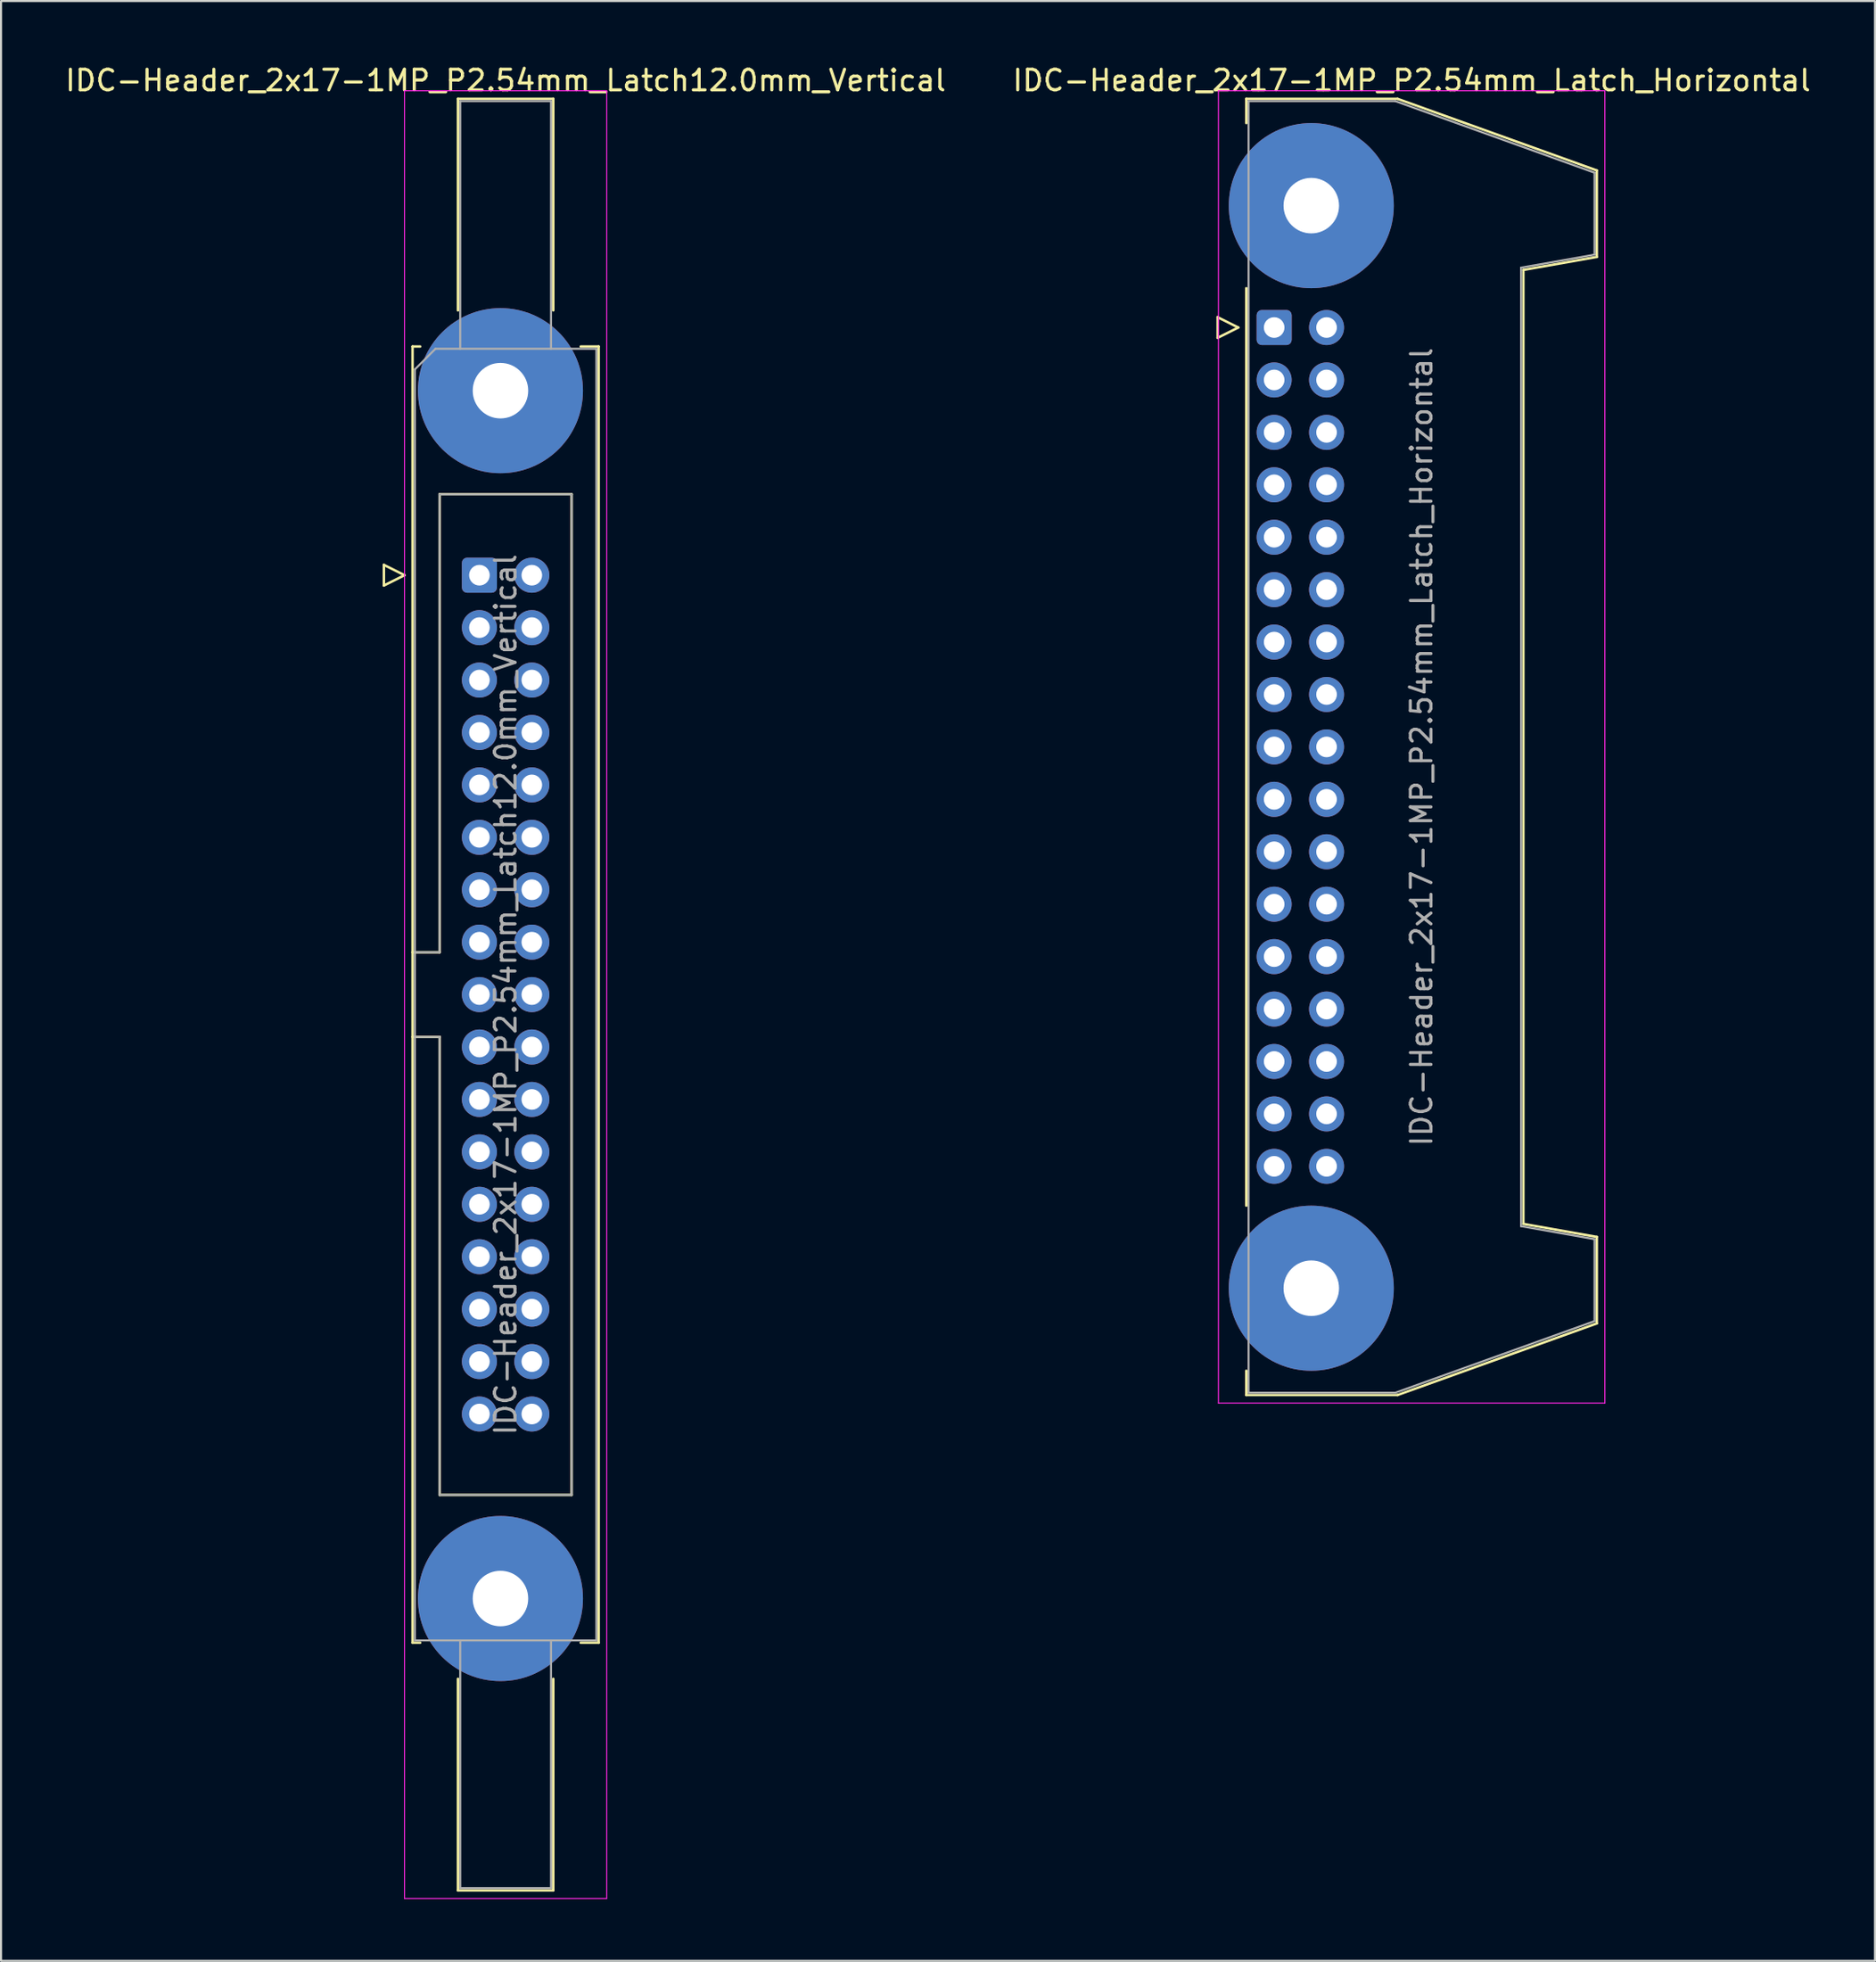
<source format=kicad_pcb>
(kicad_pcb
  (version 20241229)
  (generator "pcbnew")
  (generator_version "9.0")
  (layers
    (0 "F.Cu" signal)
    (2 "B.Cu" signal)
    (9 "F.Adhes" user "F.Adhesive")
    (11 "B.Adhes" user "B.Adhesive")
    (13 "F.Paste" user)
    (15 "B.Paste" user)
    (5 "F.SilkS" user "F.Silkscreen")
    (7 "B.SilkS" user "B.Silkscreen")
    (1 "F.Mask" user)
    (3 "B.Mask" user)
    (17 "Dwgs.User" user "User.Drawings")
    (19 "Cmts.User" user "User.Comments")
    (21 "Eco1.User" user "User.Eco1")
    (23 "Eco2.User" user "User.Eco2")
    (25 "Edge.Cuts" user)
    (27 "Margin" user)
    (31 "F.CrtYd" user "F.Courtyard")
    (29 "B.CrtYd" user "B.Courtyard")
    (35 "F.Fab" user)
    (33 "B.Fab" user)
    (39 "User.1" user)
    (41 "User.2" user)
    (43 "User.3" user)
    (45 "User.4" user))
  (footprint "IDC-Header_2x17-1MP_P2.54mm_Latch12.0mm_Vertical"
    (layer "F.Cu")
    (at 20.188 24.818)
    (property "Reference" "IDC-Header_2x17-1MP_P2.54mm_Latch12.0mm_Vertical" (at 1.27 -23.97 0) (layer "F.SilkS") (effects (font (size 1 1) (thickness 0.15))))
    (attr through_hole)
    (fp_line (start -4.63 -0.5) (end -4.63 0.5) (stroke (width 0.12) (type solid)) (layer "F.SilkS"))
    (fp_line (start -4.63 0.5) (end -3.63 0) (stroke (width 0.12) (type solid)) (layer "F.SilkS"))
    (fp_line (start -3.63 0) (end -4.63 -0.5) (stroke (width 0.12) (type solid)) (layer "F.SilkS"))
    (fp_line (start -3.24 -11.08) (end -3.24 51.72) (stroke (width 0.12) (type solid)) (layer "F.SilkS"))
    (fp_line (start -3.24 18.27) (end -1.93 18.27) (stroke (width 0.12) (type solid)) (layer "F.SilkS"))
    (fp_line (start -3.24 51.72) (end -2.87 51.72) (stroke (width 0.12) (type solid)) (layer "F.SilkS"))
    (fp_line (start -2.87 -11.08) (end -3.24 -11.08) (stroke (width 0.12) (type solid)) (layer "F.SilkS"))
    (fp_line (start -1.93 -3.92) (end 4.47 -3.92) (stroke (width 0.12) (type solid)) (layer "F.SilkS"))
    (fp_line (start -1.93 18.27) (end -1.93 -3.92) (stroke (width 0.12) (type solid)) (layer "F.SilkS"))
    (fp_line (start -1.93 22.37) (end -3.24 22.37) (stroke (width 0.12) (type solid)) (layer "F.SilkS"))
    (fp_line (start -1.93 22.37) (end -1.93 22.37) (stroke (width 0.12) (type solid)) (layer "F.SilkS"))
    (fp_line (start -1.93 44.56) (end -1.93 22.37) (stroke (width 0.12) (type solid)) (layer "F.SilkS"))
    (fp_line (start -1.04 -23.08) (end 3.58 -23.08) (stroke (width 0.12) (type solid)) (layer "F.SilkS"))
    (fp_line (start -1.04 -12.83) (end -1.04 -23.08) (stroke (width 0.12) (type solid)) (layer "F.SilkS"))
    (fp_line (start -1.04 53.47) (end -1.04 63.72) (stroke (width 0.12) (type solid)) (layer "F.SilkS"))
    (fp_line (start -1.04 63.72) (end 3.58 63.72) (stroke (width 0.12) (type solid)) (layer "F.SilkS"))
    (fp_line (start 3.58 -23.08) (end 3.58 -12.83) (stroke (width 0.12) (type solid)) (layer "F.SilkS"))
    (fp_line (start 3.58 63.72) (end 3.58 53.47) (stroke (width 0.12) (type solid)) (layer "F.SilkS"))
    (fp_line (start 4.47 -3.92) (end 4.47 44.56) (stroke (width 0.12) (type solid)) (layer "F.SilkS"))
    (fp_line (start 4.47 44.56) (end -1.93 44.56) (stroke (width 0.12) (type solid)) (layer "F.SilkS"))
    (fp_line (start 4.91 -11.08) (end 5.78 -11.08) (stroke (width 0.12) (type solid)) (layer "F.SilkS"))
    (fp_line (start 5.78 -11.08) (end 5.78 51.72) (stroke (width 0.12) (type solid)) (layer "F.SilkS"))
    (fp_line (start 5.78 51.72) (end 4.91 51.72) (stroke (width 0.12) (type solid)) (layer "F.SilkS"))
    (fp_line (start -3.63 -23.47) (end -3.63 64.11) (stroke (width 0.05) (type solid)) (layer "F.CrtYd"))
    (fp_line (start -3.63 64.11) (end 6.17 64.11) (stroke (width 0.05) (type solid)) (layer "F.CrtYd"))
    (fp_line (start 6.17 -23.47) (end -3.63 -23.47) (stroke (width 0.05) (type solid)) (layer "F.CrtYd"))
    (fp_line (start 6.17 64.11) (end 6.17 -23.47) (stroke (width 0.05) (type solid)) (layer "F.CrtYd"))
    (fp_line (start -3.13 -9.97) (end -2.13 -10.97) (stroke (width 0.1) (type solid)) (layer "F.Fab"))
    (fp_line (start -3.13 18.27) (end -1.93 18.27) (stroke (width 0.1) (type solid)) (layer "F.Fab"))
    (fp_line (start -3.13 51.61) (end -3.13 -9.97) (stroke (width 0.1) (type solid)) (layer "F.Fab"))
    (fp_line (start -2.13 -10.97) (end 5.67 -10.97) (stroke (width 0.1) (type solid)) (layer "F.Fab"))
    (fp_line (start -1.93 -3.92) (end 4.47 -3.92) (stroke (width 0.1) (type solid)) (layer "F.Fab"))
    (fp_line (start -1.93 18.27) (end -1.93 -3.92) (stroke (width 0.1) (type solid)) (layer "F.Fab"))
    (fp_line (start -1.93 22.37) (end -3.13 22.37) (stroke (width 0.1) (type solid)) (layer "F.Fab"))
    (fp_line (start -1.93 22.37) (end -1.93 22.37) (stroke (width 0.1) (type solid)) (layer "F.Fab"))
    (fp_line (start -1.93 44.56) (end -1.93 22.37) (stroke (width 0.1) (type solid)) (layer "F.Fab"))
    (fp_line (start -0.93 -22.97) (end 3.47 -22.97) (stroke (width 0.1) (type solid)) (layer "F.Fab"))
    (fp_line (start -0.93 -10.97) (end -0.93 -22.97) (stroke (width 0.1) (type solid)) (layer "F.Fab"))
    (fp_line (start -0.93 51.61) (end -0.93 63.61) (stroke (width 0.1) (type solid)) (layer "F.Fab"))
    (fp_line (start -0.93 63.61) (end 3.47 63.61) (stroke (width 0.1) (type solid)) (layer "F.Fab"))
    (fp_line (start 3.47 -22.97) (end 3.47 -10.97) (stroke (width 0.1) (type solid)) (layer "F.Fab"))
    (fp_line (start 3.47 63.61) (end 3.47 51.61) (stroke (width 0.1) (type solid)) (layer "F.Fab"))
    (fp_line (start 4.47 -3.92) (end 4.47 44.56) (stroke (width 0.1) (type solid)) (layer "F.Fab"))
    (fp_line (start 4.47 44.56) (end -1.93 44.56) (stroke (width 0.1) (type solid)) (layer "F.Fab"))
    (fp_line (start 5.67 -10.97) (end 5.67 51.61) (stroke (width 0.1) (type solid)) (layer "F.Fab"))
    (fp_line (start 5.67 51.61) (end -3.13 51.61) (stroke (width 0.1) (type solid)) (layer "F.Fab"))
    (fp_text user "${REFERENCE}" (at 1.27 20.32 90) (layer "F.Fab") (effects (font (size 1 1) (thickness 0.15))))
    (pad "1" thru_hole roundrect (at 0 0) (size 1.7 1.7) (drill 1) (layers "*.Cu" "*.Mask") (roundrect_rratio 0.147))
    (pad "2" thru_hole circle (at 2.54 0) (size 1.7 1.7) (drill 1) (layers "*.Cu" "*.Mask"))
    (pad "3" thru_hole circle (at 0 2.54) (size 1.7 1.7) (drill 1) (layers "*.Cu" "*.Mask"))
    (pad "4" thru_hole circle (at 2.54 2.54) (size 1.7 1.7) (drill 1) (layers "*.Cu" "*.Mask"))
    (pad "5" thru_hole circle (at 0 5.08) (size 1.7 1.7) (drill 1) (layers "*.Cu" "*.Mask"))
    (pad "6" thru_hole circle (at 2.54 5.08) (size 1.7 1.7) (drill 1) (layers "*.Cu" "*.Mask"))
    (pad "7" thru_hole circle (at 0 7.62) (size 1.7 1.7) (drill 1) (layers "*.Cu" "*.Mask"))
    (pad "8" thru_hole circle (at 2.54 7.62) (size 1.7 1.7) (drill 1) (layers "*.Cu" "*.Mask"))
    (pad "9" thru_hole circle (at 0 10.16) (size 1.7 1.7) (drill 1) (layers "*.Cu" "*.Mask"))
    (pad "10" thru_hole circle (at 2.54 10.16) (size 1.7 1.7) (drill 1) (layers "*.Cu" "*.Mask"))
    (pad "11" thru_hole circle (at 0 12.7) (size 1.7 1.7) (drill 1) (layers "*.Cu" "*.Mask"))
    (pad "12" thru_hole circle (at 2.54 12.7) (size 1.7 1.7) (drill 1) (layers "*.Cu" "*.Mask"))
    (pad "13" thru_hole circle (at 0 15.24) (size 1.7 1.7) (drill 1) (layers "*.Cu" "*.Mask"))
    (pad "14" thru_hole circle (at 2.54 15.24) (size 1.7 1.7) (drill 1) (layers "*.Cu" "*.Mask"))
    (pad "15" thru_hole circle (at 0 17.78) (size 1.7 1.7) (drill 1) (layers "*.Cu" "*.Mask"))
    (pad "16" thru_hole circle (at 2.54 17.78) (size 1.7 1.7) (drill 1) (layers "*.Cu" "*.Mask"))
    (pad "17" thru_hole circle (at 0 20.32) (size 1.7 1.7) (drill 1) (layers "*.Cu" "*.Mask"))
    (pad "18" thru_hole circle (at 2.54 20.32) (size 1.7 1.7) (drill 1) (layers "*.Cu" "*.Mask"))
    (pad "19" thru_hole circle (at 0 22.86) (size 1.7 1.7) (drill 1) (layers "*.Cu" "*.Mask"))
    (pad "20" thru_hole circle (at 2.54 22.86) (size 1.7 1.7) (drill 1) (layers "*.Cu" "*.Mask"))
    (pad "21" thru_hole circle (at 0 25.4) (size 1.7 1.7) (drill 1) (layers "*.Cu" "*.Mask"))
    (pad "22" thru_hole circle (at 2.54 25.4) (size 1.7 1.7) (drill 1) (layers "*.Cu" "*.Mask"))
    (pad "23" thru_hole circle (at 0 27.94) (size 1.7 1.7) (drill 1) (layers "*.Cu" "*.Mask"))
    (pad "24" thru_hole circle (at 2.54 27.94) (size 1.7 1.7) (drill 1) (layers "*.Cu" "*.Mask"))
    (pad "25" thru_hole circle (at 0 30.48) (size 1.7 1.7) (drill 1) (layers "*.Cu" "*.Mask"))
    (pad "26" thru_hole circle (at 2.54 30.48) (size 1.7 1.7) (drill 1) (layers "*.Cu" "*.Mask"))
    (pad "27" thru_hole circle (at 0 33.02) (size 1.7 1.7) (drill 1) (layers "*.Cu" "*.Mask"))
    (pad "28" thru_hole circle (at 2.54 33.02) (size 1.7 1.7) (drill 1) (layers "*.Cu" "*.Mask"))
    (pad "29" thru_hole circle (at 0 35.56) (size 1.7 1.7) (drill 1) (layers "*.Cu" "*.Mask"))
    (pad "30" thru_hole circle (at 2.54 35.56) (size 1.7 1.7) (drill 1) (layers "*.Cu" "*.Mask"))
    (pad "31" thru_hole circle (at 0 38.1) (size 1.7 1.7) (drill 1) (layers "*.Cu" "*.Mask"))
    (pad "32" thru_hole circle (at 2.54 38.1) (size 1.7 1.7) (drill 1) (layers "*.Cu" "*.Mask"))
    (pad "33" thru_hole circle (at 0 40.64) (size 1.7 1.7) (drill 1) (layers "*.Cu" "*.Mask"))
    (pad "34" thru_hole circle (at 2.54 40.64) (size 1.7 1.7) (drill 1) (layers "*.Cu" "*.Mask"))
    (pad "MP" thru_hole circle (at 1.02 -8.94) (size 8 8) (drill 2.69) (layers "*.Cu" "*.Mask"))
    (pad "MP" thru_hole circle (at 1.02 49.58) (size 8 8) (drill 2.69) (layers "*.Cu" "*.Mask")))
  (footprint "IDC-Header_2x17-1MP_P2.54mm_Latch_Horizontal"
    (layer "F.Cu")
    (at 58.71 12.818)
    (property "Reference" "IDC-Header_2x17-1MP_P2.54mm_Latch_Horizontal" (at 6.665 -11.97 0) (layer "F.SilkS") (effects (font (size 1 1) (thickness 0.15))))
    (attr through_hole)
    (fp_line (start -2.74 -0.5) (end -2.74 0.5) (stroke (width 0.12) (type solid)) (layer "F.SilkS"))
    (fp_line (start -2.74 0.5) (end -1.74 0) (stroke (width 0.12) (type solid)) (layer "F.SilkS"))
    (fp_line (start -1.74 0) (end -2.74 -0.5) (stroke (width 0.12) (type solid)) (layer "F.SilkS"))
    (fp_line (start -1.35 -11.08) (end -1.35 -9.905) (stroke (width 0.12) (type solid)) (layer "F.SilkS"))
    (fp_line (start -1.35 -11.08) (end 5.98 -11.08) (stroke (width 0.12) (type solid)) (layer "F.SilkS"))
    (fp_line (start -1.35 -1.905) (end -1.35 42.545) (stroke (width 0.12) (type solid)) (layer "F.SilkS"))
    (fp_line (start -1.35 50.545) (end -1.35 51.72) (stroke (width 0.12) (type solid)) (layer "F.SilkS"))
    (fp_line (start 5.98 -11.08) (end 15.64 -7.61) (stroke (width 0.12) (type solid)) (layer "F.SilkS"))
    (fp_line (start 5.98 51.72) (end -1.35 51.72) (stroke (width 0.12) (type solid)) (layer "F.SilkS"))
    (fp_line (start 12.08 -2.79) (end 12.08 43.43) (stroke (width 0.12) (type solid)) (layer "F.SilkS"))
    (fp_line (start 12.08 43.43) (end 15.64 44.06) (stroke (width 0.12) (type solid)) (layer "F.SilkS"))
    (fp_line (start 15.64 -7.61) (end 15.64 -3.42) (stroke (width 0.12) (type solid)) (layer "F.SilkS"))
    (fp_line (start 15.64 -3.42) (end 12.08 -2.79) (stroke (width 0.12) (type solid)) (layer "F.SilkS"))
    (fp_line (start 15.64 44.06) (end 15.64 48.25) (stroke (width 0.12) (type solid)) (layer "F.SilkS"))
    (fp_line (start 15.64 48.25) (end 5.98 51.72) (stroke (width 0.12) (type solid)) (layer "F.SilkS"))
    (fp_line (start -2.7 -11.47) (end -2.7 52.11) (stroke (width 0.05) (type solid)) (layer "F.CrtYd"))
    (fp_line (start -2.7 52.11) (end 16.03 52.11) (stroke (width 0.05) (type solid)) (layer "F.CrtYd"))
    (fp_line (start 16.03 -11.47) (end -2.7 -11.47) (stroke (width 0.05) (type solid)) (layer "F.CrtYd"))
    (fp_line (start 16.03 52.11) (end 16.03 -11.47) (stroke (width 0.05) (type solid)) (layer "F.CrtYd"))
    (fp_line (start -1.24 -10.97) (end 5.87 -10.97) (stroke (width 0.1) (type solid)) (layer "F.Fab"))
    (fp_line (start -1.24 51.61) (end -1.24 -10.97) (stroke (width 0.1) (type solid)) (layer "F.Fab"))
    (fp_line (start 5.87 -10.97) (end 15.53 -7.5) (stroke (width 0.1) (type solid)) (layer "F.Fab"))
    (fp_line (start 5.87 51.61) (end -1.24 51.61) (stroke (width 0.1) (type solid)) (layer "F.Fab"))
    (fp_line (start 11.97 -2.9) (end 11.97 43.54) (stroke (width 0.1) (type solid)) (layer "F.Fab"))
    (fp_line (start 11.97 43.54) (end 15.53 44.17) (stroke (width 0.1) (type solid)) (layer "F.Fab"))
    (fp_line (start 15.53 -7.5) (end 15.53 -3.53) (stroke (width 0.1) (type solid)) (layer "F.Fab"))
    (fp_line (start 15.53 -3.53) (end 11.97 -2.9) (stroke (width 0.1) (type solid)) (layer "F.Fab"))
    (fp_line (start 15.53 44.17) (end 15.53 48.14) (stroke (width 0.1) (type solid)) (layer "F.Fab"))
    (fp_line (start 15.53 48.14) (end 5.87 51.61) (stroke (width 0.1) (type solid)) (layer "F.Fab"))
    (fp_text user "${REFERENCE}" (at 7.145 20.32 90) (layer "F.Fab") (effects (font (size 1 1) (thickness 0.15))))
    (pad "1" thru_hole roundrect (at 0 0) (size 1.7 1.7) (drill 1) (layers "*.Cu" "*.Mask") (roundrect_rratio 0.147))
    (pad "2" thru_hole circle (at 2.54 0) (size 1.7 1.7) (drill 1) (layers "*.Cu" "*.Mask"))
    (pad "3" thru_hole circle (at 0 2.54) (size 1.7 1.7) (drill 1) (layers "*.Cu" "*.Mask"))
    (pad "4" thru_hole circle (at 2.54 2.54) (size 1.7 1.7) (drill 1) (layers "*.Cu" "*.Mask"))
    (pad "5" thru_hole circle (at 0 5.08) (size 1.7 1.7) (drill 1) (layers "*.Cu" "*.Mask"))
    (pad "6" thru_hole circle (at 2.54 5.08) (size 1.7 1.7) (drill 1) (layers "*.Cu" "*.Mask"))
    (pad "7" thru_hole circle (at 0 7.62) (size 1.7 1.7) (drill 1) (layers "*.Cu" "*.Mask"))
    (pad "8" thru_hole circle (at 2.54 7.62) (size 1.7 1.7) (drill 1) (layers "*.Cu" "*.Mask"))
    (pad "9" thru_hole circle (at 0 10.16) (size 1.7 1.7) (drill 1) (layers "*.Cu" "*.Mask"))
    (pad "10" thru_hole circle (at 2.54 10.16) (size 1.7 1.7) (drill 1) (layers "*.Cu" "*.Mask"))
    (pad "11" thru_hole circle (at 0 12.7) (size 1.7 1.7) (drill 1) (layers "*.Cu" "*.Mask"))
    (pad "12" thru_hole circle (at 2.54 12.7) (size 1.7 1.7) (drill 1) (layers "*.Cu" "*.Mask"))
    (pad "13" thru_hole circle (at 0 15.24) (size 1.7 1.7) (drill 1) (layers "*.Cu" "*.Mask"))
    (pad "14" thru_hole circle (at 2.54 15.24) (size 1.7 1.7) (drill 1) (layers "*.Cu" "*.Mask"))
    (pad "15" thru_hole circle (at 0 17.78) (size 1.7 1.7) (drill 1) (layers "*.Cu" "*.Mask"))
    (pad "16" thru_hole circle (at 2.54 17.78) (size 1.7 1.7) (drill 1) (layers "*.Cu" "*.Mask"))
    (pad "17" thru_hole circle (at 0 20.32) (size 1.7 1.7) (drill 1) (layers "*.Cu" "*.Mask"))
    (pad "18" thru_hole circle (at 2.54 20.32) (size 1.7 1.7) (drill 1) (layers "*.Cu" "*.Mask"))
    (pad "19" thru_hole circle (at 0 22.86) (size 1.7 1.7) (drill 1) (layers "*.Cu" "*.Mask"))
    (pad "20" thru_hole circle (at 2.54 22.86) (size 1.7 1.7) (drill 1) (layers "*.Cu" "*.Mask"))
    (pad "21" thru_hole circle (at 0 25.4) (size 1.7 1.7) (drill 1) (layers "*.Cu" "*.Mask"))
    (pad "22" thru_hole circle (at 2.54 25.4) (size 1.7 1.7) (drill 1) (layers "*.Cu" "*.Mask"))
    (pad "23" thru_hole circle (at 0 27.94) (size 1.7 1.7) (drill 1) (layers "*.Cu" "*.Mask"))
    (pad "24" thru_hole circle (at 2.54 27.94) (size 1.7 1.7) (drill 1) (layers "*.Cu" "*.Mask"))
    (pad "25" thru_hole circle (at 0 30.48) (size 1.7 1.7) (drill 1) (layers "*.Cu" "*.Mask"))
    (pad "26" thru_hole circle (at 2.54 30.48) (size 1.7 1.7) (drill 1) (layers "*.Cu" "*.Mask"))
    (pad "27" thru_hole circle (at 0 33.02) (size 1.7 1.7) (drill 1) (layers "*.Cu" "*.Mask"))
    (pad "28" thru_hole circle (at 2.54 33.02) (size 1.7 1.7) (drill 1) (layers "*.Cu" "*.Mask"))
    (pad "29" thru_hole circle (at 0 35.56) (size 1.7 1.7) (drill 1) (layers "*.Cu" "*.Mask"))
    (pad "30" thru_hole circle (at 2.54 35.56) (size 1.7 1.7) (drill 1) (layers "*.Cu" "*.Mask"))
    (pad "31" thru_hole circle (at 0 38.1) (size 1.7 1.7) (drill 1) (layers "*.Cu" "*.Mask"))
    (pad "32" thru_hole circle (at 2.54 38.1) (size 1.7 1.7) (drill 1) (layers "*.Cu" "*.Mask"))
    (pad "33" thru_hole circle (at 0 40.64) (size 1.7 1.7) (drill 1) (layers "*.Cu" "*.Mask"))
    (pad "34" thru_hole circle (at 2.54 40.64) (size 1.7 1.7) (drill 1) (layers "*.Cu" "*.Mask"))
    (pad "MP" thru_hole circle (at 1.8 -5.905) (size 8 8) (drill 2.69) (layers "*.Cu" "*.Mask"))
    (pad "MP" thru_hole circle (at 1.8 46.545) (size 8 8) (drill 2.69) (layers "*.Cu" "*.Mask")))
  (gr_rect
    (start -3 -3)
    (end 87.833 91.953)
    (stroke (width 0.1) (type default))
    (fill no)
    (layer "Edge.Cuts")))
</source>
